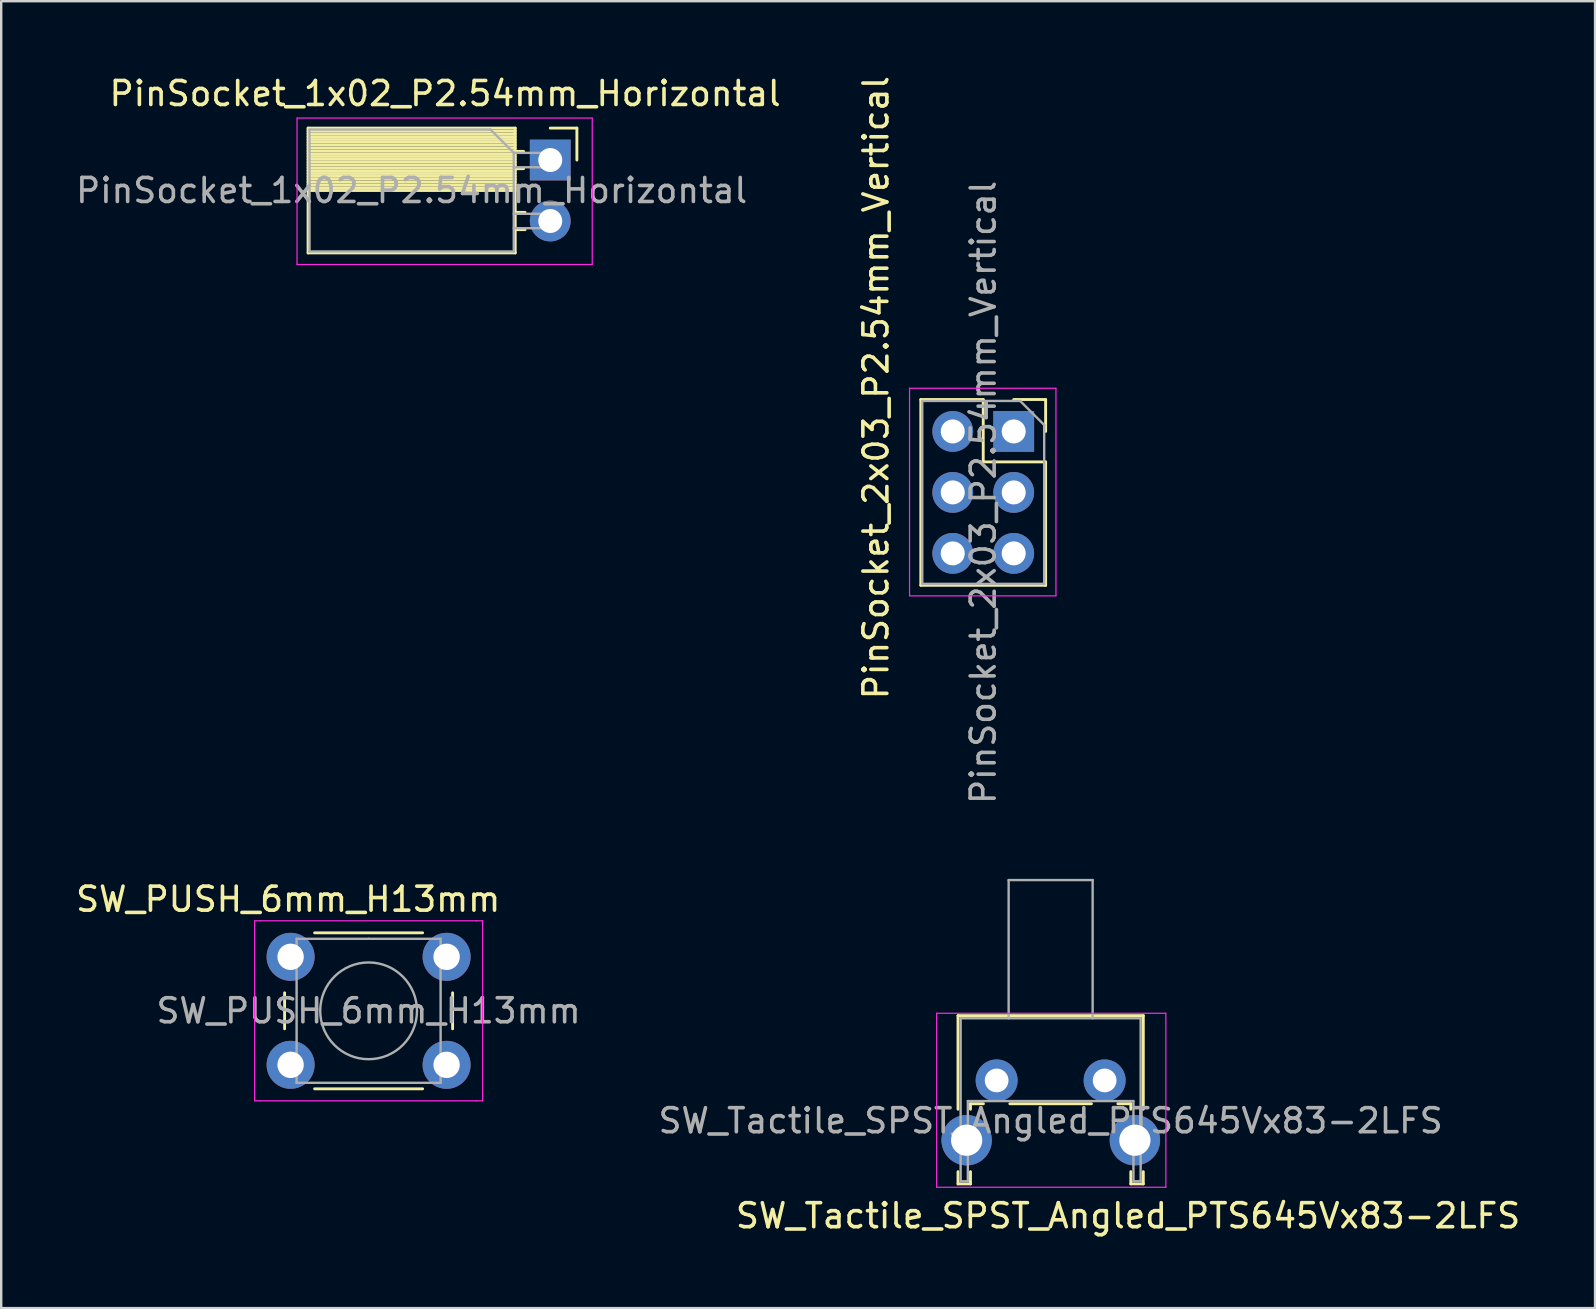
<source format=kicad_pcb>
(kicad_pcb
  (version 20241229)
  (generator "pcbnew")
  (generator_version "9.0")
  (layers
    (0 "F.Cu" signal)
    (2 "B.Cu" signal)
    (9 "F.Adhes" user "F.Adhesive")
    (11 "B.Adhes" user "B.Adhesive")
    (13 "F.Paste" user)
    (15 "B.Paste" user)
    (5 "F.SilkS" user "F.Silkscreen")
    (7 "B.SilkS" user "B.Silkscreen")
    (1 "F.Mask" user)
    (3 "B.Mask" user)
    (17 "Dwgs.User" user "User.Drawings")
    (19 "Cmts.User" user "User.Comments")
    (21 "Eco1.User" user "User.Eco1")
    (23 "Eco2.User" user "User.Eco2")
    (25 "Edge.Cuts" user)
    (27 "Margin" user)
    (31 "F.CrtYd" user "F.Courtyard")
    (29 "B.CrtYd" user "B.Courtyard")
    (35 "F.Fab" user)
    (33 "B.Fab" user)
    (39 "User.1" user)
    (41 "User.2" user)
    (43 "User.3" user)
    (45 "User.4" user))
  (footprint "SW_PUSH_6mm_H13mm"
    (layer "F.Cu")
    (at 9.058 36.816)
    (property "Reference" "SW_PUSH_6mm_H13mm" (at -0.1 -2.4 0) (layer "F.SilkS") (effects (font (size 1 1) (thickness 0.15))))
    (attr through_hole)
    (fp_line (start -0.25 1.5) (end -0.25 3) (stroke (width 0.12) (type solid)) (layer "F.SilkS"))
    (fp_line (start 1 5.5) (end 5.5 5.5) (stroke (width 0.12) (type solid)) (layer "F.SilkS"))
    (fp_line (start 5.5 -1) (end 1 -1) (stroke (width 0.12) (type solid)) (layer "F.SilkS"))
    (fp_line (start 6.75 3) (end 6.75 1.5) (stroke (width 0.12) (type solid)) (layer "F.SilkS"))
    (fp_line (start -1.5 -1.5) (end -1.25 -1.5) (stroke (width 0.05) (type solid)) (layer "F.CrtYd"))
    (fp_line (start -1.5 -1.25) (end -1.5 -1.5) (stroke (width 0.05) (type solid)) (layer "F.CrtYd"))
    (fp_line (start -1.5 5.75) (end -1.5 -1.25) (stroke (width 0.05) (type solid)) (layer "F.CrtYd"))
    (fp_line (start -1.5 5.75) (end -1.5 6) (stroke (width 0.05) (type solid)) (layer "F.CrtYd"))
    (fp_line (start -1.5 6) (end -1.25 6) (stroke (width 0.05) (type solid)) (layer "F.CrtYd"))
    (fp_line (start -1.25 -1.5) (end 7.75 -1.5) (stroke (width 0.05) (type solid)) (layer "F.CrtYd"))
    (fp_line (start 7.75 -1.5) (end 8 -1.5) (stroke (width 0.05) (type solid)) (layer "F.CrtYd"))
    (fp_line (start 7.75 6) (end -1.25 6) (stroke (width 0.05) (type solid)) (layer "F.CrtYd"))
    (fp_line (start 7.75 6) (end 8 6) (stroke (width 0.05) (type solid)) (layer "F.CrtYd"))
    (fp_line (start 8 -1.5) (end 8 -1.25) (stroke (width 0.05) (type solid)) (layer "F.CrtYd"))
    (fp_line (start 8 -1.25) (end 8 5.75) (stroke (width 0.05) (type solid)) (layer "F.CrtYd"))
    (fp_line (start 8 6) (end 8 5.75) (stroke (width 0.05) (type solid)) (layer "F.CrtYd"))
    (fp_line (start 0.25 -0.75) (end 3.25 -0.75) (stroke (width 0.1) (type solid)) (layer "F.Fab"))
    (fp_line (start 0.25 5.25) (end 0.25 -0.75) (stroke (width 0.1) (type solid)) (layer "F.Fab"))
    (fp_line (start 3.25 -0.75) (end 6.25 -0.75) (stroke (width 0.1) (type solid)) (layer "F.Fab"))
    (fp_line (start 6.25 -0.75) (end 6.25 5.25) (stroke (width 0.1) (type solid)) (layer "F.Fab"))
    (fp_line (start 6.25 5.25) (end 0.25 5.25) (stroke (width 0.1) (type solid)) (layer "F.Fab"))
    (fp_circle (center 3.25 2.25) (end 1.25 2.5) (stroke (width 0.1) (type solid)) (fill no) (layer "F.Fab"))
    (fp_text user "${REFERENCE}" (at 3.25 2.25 0) (layer "F.Fab") (effects (font (size 1 1) (thickness 0.15))))
    (pad "1" thru_hole circle (at 0 0 90) (size 2 2) (drill 1.1) (layers "*.Cu" "*.Mask"))
    (pad "1" thru_hole circle (at 6.5 0 90) (size 2 2) (drill 1.1) (layers "*.Cu" "*.Mask"))
    (pad "2" thru_hole circle (at 0 4.5 90) (size 2 2) (drill 1.1) (layers "*.Cu" "*.Mask"))
    (pad "2" thru_hole circle (at 6.5 4.5 90) (size 2 2) (drill 1.1) (layers "*.Cu" "*.Mask")))
  (footprint "SW_Tactile_SPST_Angled_PTS645Vx83-2LFS"
    (layer "F.Cu")
    (at 38.475 41.967)
    (property "Reference" "SW_Tactile_SPST_Angled_PTS645Vx83-2LFS" (at 5.475 5.638 0) (layer "F.SilkS") (effects (font (size 1 1) (thickness 0.15))))
    (attr through_hole)
    (fp_line (start -1.61 -2.7) (end -1.61 1.2) (stroke (width 0.12) (type solid)) (layer "F.SilkS"))
    (fp_line (start -1.61 -2.7) (end 6.11 -2.7) (stroke (width 0.12) (type solid)) (layer "F.SilkS"))
    (fp_line (start -1.61 3.8) (end -1.61 4.31) (stroke (width 0.12) (type solid)) (layer "F.SilkS"))
    (fp_line (start -1.61 4.31) (end -1.09 4.31) (stroke (width 0.12) (type solid)) (layer "F.SilkS"))
    (fp_line (start -1.09 0.97) (end -1.09 1.2) (stroke (width 0.12) (type solid)) (layer "F.SilkS"))
    (fp_line (start -1.09 0.97) (end -0.55 0.97) (stroke (width 0.12) (type solid)) (layer "F.SilkS"))
    (fp_line (start -1.09 3.8) (end -1.09 4.31) (stroke (width 0.12) (type solid)) (layer "F.SilkS"))
    (fp_line (start 0.55 0.97) (end 3.95 0.97) (stroke (width 0.12) (type solid)) (layer "F.SilkS"))
    (fp_line (start 5.05 0.97) (end 5.59 0.97) (stroke (width 0.12) (type solid)) (layer "F.SilkS"))
    (fp_line (start 5.59 0.97) (end 5.59 1.2) (stroke (width 0.12) (type solid)) (layer "F.SilkS"))
    (fp_line (start 5.59 3.8) (end 5.59 4.31) (stroke (width 0.12) (type solid)) (layer "F.SilkS"))
    (fp_line (start 5.59 4.31) (end 6.11 4.31) (stroke (width 0.12) (type solid)) (layer "F.SilkS"))
    (fp_line (start 6.11 -2.7) (end 6.11 1.2) (stroke (width 0.12) (type solid)) (layer "F.SilkS"))
    (fp_line (start 6.11 3.8) (end 6.11 4.31) (stroke (width 0.12) (type solid)) (layer "F.SilkS"))
    (fp_line (start -2.5 -2.8) (end 7.05 -2.8) (stroke (width 0.05) (type solid)) (layer "F.CrtYd"))
    (fp_line (start -2.5 4.45) (end -2.5 -2.8) (stroke (width 0.05) (type solid)) (layer "F.CrtYd"))
    (fp_line (start 7.05 -2.8) (end 7.05 4.45) (stroke (width 0.05) (type solid)) (layer "F.CrtYd"))
    (fp_line (start 7.05 4.45) (end -2.5 4.45) (stroke (width 0.05) (type solid)) (layer "F.CrtYd"))
    (fp_line (start -1.5 -2.59) (end 6 -2.59) (stroke (width 0.1) (type solid)) (layer "F.Fab"))
    (fp_line (start -1.5 4.2) (end -1.5 -2.59) (stroke (width 0.1) (type solid)) (layer "F.Fab"))
    (fp_line (start -1.5 4.2) (end -1.2 4.2) (stroke (width 0.1) (type solid)) (layer "F.Fab"))
    (fp_line (start -1.2 0.86) (end 5.7 0.86) (stroke (width 0.1) (type solid)) (layer "F.Fab"))
    (fp_line (start -1.2 4.2) (end -1.2 0.86) (stroke (width 0.1) (type solid)) (layer "F.Fab"))
    (fp_line (start 0.5 -8.35) (end 0.5 -2.59) (stroke (width 0.1) (type solid)) (layer "F.Fab"))
    (fp_line (start 0.5 -8.35) (end 4 -8.35) (stroke (width 0.1) (type solid)) (layer "F.Fab"))
    (fp_line (start 4 -8.35) (end 4 -2.59) (stroke (width 0.1) (type solid)) (layer "F.Fab"))
    (fp_line (start 5.7 4.2) (end 5.7 0.86) (stroke (width 0.1) (type solid)) (layer "F.Fab"))
    (fp_line (start 5.7 4.2) (end 6 4.2) (stroke (width 0.1) (type solid)) (layer "F.Fab"))
    (fp_line (start 6 4.2) (end 6 -2.59) (stroke (width 0.1) (type solid)) (layer "F.Fab"))
    (fp_text user "${REFERENCE}" (at 2.25 1.68 0) (layer "F.Fab") (effects (font (size 1 1) (thickness 0.15))))
    (pad "" thru_hole circle (at -1.25 2.49) (size 2.1 2.1) (drill 1.3) (layers "*.Cu" "*.Mask"))
    (pad "" thru_hole circle (at 5.76 2.49) (size 2.1 2.1) (drill 1.3) (layers "*.Cu" "*.Mask"))
    (pad "1" thru_hole circle (at 0 0) (size 1.75 1.75) (drill 0.99) (layers "*.Cu" "*.Mask"))
    (pad "2" thru_hole circle (at 4.5 0) (size 1.75 1.75) (drill 0.99) (layers "*.Cu" "*.Mask")))
  (footprint "PinSocket_2x03_P2.54mm_Vertical"
    (layer "F.Cu")
    (at 39.186 14.926)
    (property "Reference" "PinSocket_2x03_P2.54mm_Vertical" (at -5.74 -1.825 90) (layer "F.SilkS") (effects (font (size 1 1) (thickness 0.15))))
    (attr through_hole)
    (fp_line (start -3.87 -1.33) (end -3.87 6.41) (stroke (width 0.12) (type solid)) (layer "F.SilkS"))
    (fp_line (start -3.87 -1.33) (end -1.27 -1.33) (stroke (width 0.12) (type solid)) (layer "F.SilkS"))
    (fp_line (start -3.87 6.41) (end 1.33 6.41) (stroke (width 0.12) (type solid)) (layer "F.SilkS"))
    (fp_line (start -1.27 -1.33) (end -1.27 1.27) (stroke (width 0.12) (type solid)) (layer "F.SilkS"))
    (fp_line (start -1.27 1.27) (end 1.33 1.27) (stroke (width 0.12) (type solid)) (layer "F.SilkS"))
    (fp_line (start 0 -1.33) (end 1.33 -1.33) (stroke (width 0.12) (type solid)) (layer "F.SilkS"))
    (fp_line (start 1.33 -1.33) (end 1.33 0) (stroke (width 0.12) (type solid)) (layer "F.SilkS"))
    (fp_line (start 1.33 1.27) (end 1.33 6.41) (stroke (width 0.12) (type solid)) (layer "F.SilkS"))
    (fp_line (start -4.34 -1.8) (end 1.76 -1.8) (stroke (width 0.05) (type solid)) (layer "F.CrtYd"))
    (fp_line (start -4.34 6.85) (end -4.34 -1.8) (stroke (width 0.05) (type solid)) (layer "F.CrtYd"))
    (fp_line (start 1.76 -1.8) (end 1.76 6.85) (stroke (width 0.05) (type solid)) (layer "F.CrtYd"))
    (fp_line (start 1.76 6.85) (end -4.34 6.85) (stroke (width 0.05) (type solid)) (layer "F.CrtYd"))
    (fp_line (start -3.81 -1.27) (end 0.27 -1.27) (stroke (width 0.1) (type solid)) (layer "F.Fab"))
    (fp_line (start -3.81 6.35) (end -3.81 -1.27) (stroke (width 0.1) (type solid)) (layer "F.Fab"))
    (fp_line (start 0.27 -1.27) (end 1.27 -0.27) (stroke (width 0.1) (type solid)) (layer "F.Fab"))
    (fp_line (start 1.27 -0.27) (end 1.27 6.35) (stroke (width 0.1) (type solid)) (layer "F.Fab"))
    (fp_line (start 1.27 6.35) (end -3.81 6.35) (stroke (width 0.1) (type solid)) (layer "F.Fab"))
    (fp_text user "${REFERENCE}" (at -1.27 2.54 270) (layer "F.Fab") (effects (font (size 1 1) (thickness 0.15))))
    (pad "1" thru_hole rect (at 0 0) (size 1.7 1.7) (drill 1) (layers "*.Cu" "*.Mask"))
    (pad "2" thru_hole oval (at -2.54 0) (size 1.7 1.7) (drill 1) (layers "*.Cu" "*.Mask"))
    (pad "3" thru_hole oval (at 0 2.54) (size 1.7 1.7) (drill 1) (layers "*.Cu" "*.Mask"))
    (pad "4" thru_hole oval (at -2.54 2.54) (size 1.7 1.7) (drill 1) (layers "*.Cu" "*.Mask"))
    (pad "5" thru_hole oval (at 0 5.08) (size 1.7 1.7) (drill 1) (layers "*.Cu" "*.Mask"))
    (pad "6" thru_hole oval (at -2.54 5.08) (size 1.7 1.7) (drill 1) (layers "*.Cu" "*.Mask")))
  (footprint "PinSocket_1x02_P2.54mm_Horizontal"
    (layer "F.Cu")
    (at 19.876 3.618)
    (property "Reference" "PinSocket_1x02_P2.54mm_Horizontal" (at -4.38 -2.77 0) (layer "F.SilkS") (effects (font (size 1 1) (thickness 0.15))))
    (attr through_hole)
    (fp_line (start -10.09 -1.33) (end -10.09 3.87) (stroke (width 0.12) (type solid)) (layer "F.SilkS"))
    (fp_line (start -10.09 -1.33) (end -1.46 -1.33) (stroke (width 0.12) (type solid)) (layer "F.SilkS"))
    (fp_line (start -10.09 -1.21) (end -1.46 -1.21) (stroke (width 0.12) (type solid)) (layer "F.SilkS"))
    (fp_line (start -10.09 -1.092) (end -1.46 -1.092) (stroke (width 0.12) (type solid)) (layer "F.SilkS"))
    (fp_line (start -10.09 -0.974) (end -1.46 -0.974) (stroke (width 0.12) (type solid)) (layer "F.SilkS"))
    (fp_line (start -10.09 -0.856) (end -1.46 -0.856) (stroke (width 0.12) (type solid)) (layer "F.SilkS"))
    (fp_line (start -10.09 -0.738) (end -1.46 -0.738) (stroke (width 0.12) (type solid)) (layer "F.SilkS"))
    (fp_line (start -10.09 -0.62) (end -1.46 -0.62) (stroke (width 0.12) (type solid)) (layer "F.SilkS"))
    (fp_line (start -10.09 -0.501) (end -1.46 -0.501) (stroke (width 0.12) (type solid)) (layer "F.SilkS"))
    (fp_line (start -10.09 -0.383) (end -1.46 -0.383) (stroke (width 0.12) (type solid)) (layer "F.SilkS"))
    (fp_line (start -10.09 -0.265) (end -1.46 -0.265) (stroke (width 0.12) (type solid)) (layer "F.SilkS"))
    (fp_line (start -10.09 -0.147) (end -1.46 -0.147) (stroke (width 0.12) (type solid)) (layer "F.SilkS"))
    (fp_line (start -10.09 -0.029) (end -1.46 -0.029) (stroke (width 0.12) (type solid)) (layer "F.SilkS"))
    (fp_line (start -10.09 0.089) (end -1.46 0.089) (stroke (width 0.12) (type solid)) (layer "F.SilkS"))
    (fp_line (start -10.09 0.207) (end -1.46 0.207) (stroke (width 0.12) (type solid)) (layer "F.SilkS"))
    (fp_line (start -10.09 0.325) (end -1.46 0.325) (stroke (width 0.12) (type solid)) (layer "F.SilkS"))
    (fp_line (start -10.09 0.443) (end -1.46 0.443) (stroke (width 0.12) (type solid)) (layer "F.SilkS"))
    (fp_line (start -10.09 0.561) (end -1.46 0.561) (stroke (width 0.12) (type solid)) (layer "F.SilkS"))
    (fp_line (start -10.09 0.68) (end -1.46 0.68) (stroke (width 0.12) (type solid)) (layer "F.SilkS"))
    (fp_line (start -10.09 0.798) (end -1.46 0.798) (stroke (width 0.12) (type solid)) (layer "F.SilkS"))
    (fp_line (start -10.09 0.916) (end -1.46 0.916) (stroke (width 0.12) (type solid)) (layer "F.SilkS"))
    (fp_line (start -10.09 1.034) (end -1.46 1.034) (stroke (width 0.12) (type solid)) (layer "F.SilkS"))
    (fp_line (start -10.09 1.152) (end -1.46 1.152) (stroke (width 0.12) (type solid)) (layer "F.SilkS"))
    (fp_line (start -10.09 1.27) (end -1.46 1.27) (stroke (width 0.12) (type solid)) (layer "F.SilkS"))
    (fp_line (start -10.09 3.87) (end -1.46 3.87) (stroke (width 0.12) (type solid)) (layer "F.SilkS"))
    (fp_line (start -1.46 -1.33) (end -1.46 3.87) (stroke (width 0.12) (type solid)) (layer "F.SilkS"))
    (fp_line (start -1.46 -0.36) (end -1.11 -0.36) (stroke (width 0.12) (type solid)) (layer "F.SilkS"))
    (fp_line (start -1.46 0.36) (end -1.11 0.36) (stroke (width 0.12) (type solid)) (layer "F.SilkS"))
    (fp_line (start -1.46 2.18) (end -1.05 2.18) (stroke (width 0.12) (type solid)) (layer "F.SilkS"))
    (fp_line (start -1.46 2.9) (end -1.05 2.9) (stroke (width 0.12) (type solid)) (layer "F.SilkS"))
    (fp_line (start 0 -1.33) (end 1.11 -1.33) (stroke (width 0.12) (type solid)) (layer "F.SilkS"))
    (fp_line (start 1.11 -1.33) (end 1.11 0) (stroke (width 0.12) (type solid)) (layer "F.SilkS"))
    (fp_line (start -10.55 -1.75) (end -10.55 4.35) (stroke (width 0.05) (type solid)) (layer "F.CrtYd"))
    (fp_line (start -10.55 4.35) (end 1.75 4.35) (stroke (width 0.05) (type solid)) (layer "F.CrtYd"))
    (fp_line (start 1.75 -1.75) (end -10.55 -1.75) (stroke (width 0.05) (type solid)) (layer "F.CrtYd"))
    (fp_line (start 1.75 4.35) (end 1.75 -1.75) (stroke (width 0.05) (type solid)) (layer "F.CrtYd"))
    (fp_line (start -10.03 -1.27) (end -2.49 -1.27) (stroke (width 0.1) (type solid)) (layer "F.Fab"))
    (fp_line (start -10.03 3.81) (end -10.03 -1.27) (stroke (width 0.1) (type solid)) (layer "F.Fab"))
    (fp_line (start -2.49 -1.27) (end -1.52 -0.3) (stroke (width 0.1) (type solid)) (layer "F.Fab"))
    (fp_line (start -1.52 -0.3) (end -1.52 3.81) (stroke (width 0.1) (type solid)) (layer "F.Fab"))
    (fp_line (start -1.52 0.3) (end 0 0.3) (stroke (width 0.1) (type solid)) (layer "F.Fab"))
    (fp_line (start -1.52 2.84) (end 0 2.84) (stroke (width 0.1) (type solid)) (layer "F.Fab"))
    (fp_line (start -1.52 3.81) (end -10.03 3.81) (stroke (width 0.1) (type solid)) (layer "F.Fab"))
    (fp_line (start 0 -0.3) (end -1.52 -0.3) (stroke (width 0.1) (type solid)) (layer "F.Fab"))
    (fp_line (start 0 0.3) (end 0 -0.3) (stroke (width 0.1) (type solid)) (layer "F.Fab"))
    (fp_line (start 0 2.24) (end -1.52 2.24) (stroke (width 0.1) (type solid)) (layer "F.Fab"))
    (fp_line (start 0 2.84) (end 0 2.24) (stroke (width 0.1) (type solid)) (layer "F.Fab"))
    (fp_text user "${REFERENCE}" (at -5.775 1.27 0) (layer "F.Fab") (effects (font (size 1 1) (thickness 0.15))))
    (pad "1" thru_hole rect (at 0 0) (size 1.7 1.7) (drill 1) (layers "*.Cu" "*.Mask"))
    (pad "2" thru_hole oval (at 0 2.54) (size 1.7 1.7) (drill 1) (layers "*.Cu" "*.Mask")))
  (gr_rect
    (start -3 -3)
    (end 63.408 51.453)
    (stroke (width 0.1) (type default))
    (fill no)
    (layer "Edge.Cuts")))
</source>
